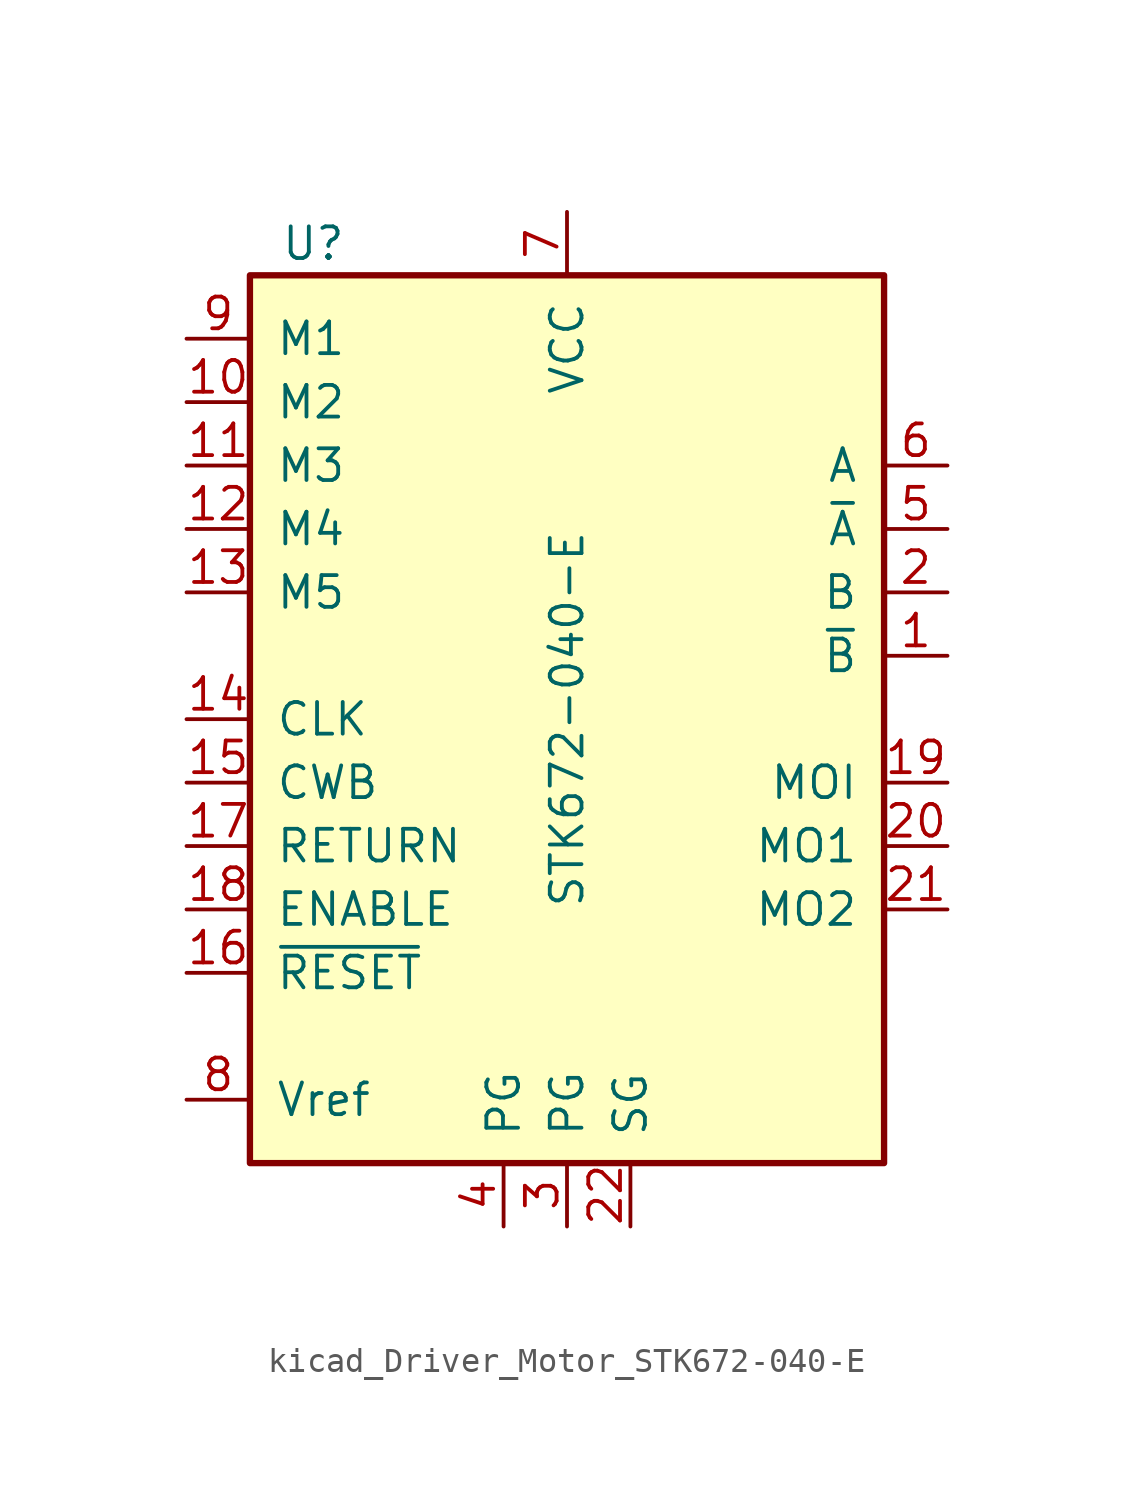
<source format=kicad_sym>
(kicad_symbol_lib
  (version 20220914)
  (generator kicad_symbol_editor)
  (symbol "kicad_Driver_Motor_STK672-040-E"
    (pin_names
      (offset 1.016))
    (property "Reference" "U"
      (at -10.16 19.05 0)
      (effects (font (size 1.27 1.27))))
    (property "Value" "STK672-040-E"
      (at 0 0 90)
      (effects (font (size 1.27 1.27))))
    (symbol "kicad_Driver_Motor_STK672-040-E_0_1"
      (rectangle (start -12.7 17.78) (end 12.7 -17.78) (stroke (width 0.254) (type default)) (fill (type background))))
    (symbol "kicad_Driver_Motor_STK672-040-E_1_1"
      (pin output line (at 15.24 2.54 180) (length 2.54) (name "~{B}" (effects (font (size 1.27 1.27)))) (number "1" (effects (font (size 1.27 1.27)))))
      (pin input line (at -15.24 12.7 0) (length 2.54) (name "M2" (effects (font (size 1.27 1.27)))) (number "10" (effects (font (size 1.27 1.27)))))
      (pin input line (at -15.24 10.16 0) (length 2.54) (name "M3" (effects (font (size 1.27 1.27)))) (number "11" (effects (font (size 1.27 1.27)))))
      (pin input line (at -15.24 7.62 0) (length 2.54) (name "M4" (effects (font (size 1.27 1.27)))) (number "12" (effects (font (size 1.27 1.27)))))
      (pin input line (at -15.24 5.08 0) (length 2.54) (name "M5" (effects (font (size 1.27 1.27)))) (number "13" (effects (font (size 1.27 1.27)))))
      (pin input line (at -15.24 0 0) (length 2.54) (name "CLK" (effects (font (size 1.27 1.27)))) (number "14" (effects (font (size 1.27 1.27)))))
      (pin input line (at -15.24 -2.54 0) (length 2.54) (name "CWB" (effects (font (size 1.27 1.27)))) (number "15" (effects (font (size 1.27 1.27)))))
      (pin input line (at -15.24 -10.16 0) (length 2.54) (name "~{RESET}" (effects (font (size 1.27 1.27)))) (number "16" (effects (font (size 1.27 1.27)))))
      (pin input line (at -15.24 -5.08 0) (length 2.54) (name "RETURN" (effects (font (size 1.27 1.27)))) (number "17" (effects (font (size 1.27 1.27)))))
      (pin input line (at -15.24 -7.62 0) (length 2.54) (name "ENABLE" (effects (font (size 1.27 1.27)))) (number "18" (effects (font (size 1.27 1.27)))))
      (pin output line (at 15.24 -2.54 180) (length 2.54) (name "MOI" (effects (font (size 1.27 1.27)))) (number "19" (effects (font (size 1.27 1.27)))))
      (pin output line (at 15.24 5.08 180) (length 2.54) (name "B" (effects (font (size 1.27 1.27)))) (number "2" (effects (font (size 1.27 1.27)))))
      (pin output line (at 15.24 -5.08 180) (length 2.54) (name "MO1" (effects (font (size 1.27 1.27)))) (number "20" (effects (font (size 1.27 1.27)))))
      (pin output line (at 15.24 -7.62 180) (length 2.54) (name "MO2" (effects (font (size 1.27 1.27)))) (number "21" (effects (font (size 1.27 1.27)))))
      (pin power_in line (at 2.54 -20.32 90) (length 2.54) (name "SG" (effects (font (size 1.27 1.27)))) (number "22" (effects (font (size 1.27 1.27)))))
      (pin power_in line (at 0 -20.32 90) (length 2.54) (name "PG" (effects (font (size 1.27 1.27)))) (number "3" (effects (font (size 1.27 1.27)))))
      (pin power_in line (at -2.54 -20.32 90) (length 2.54) (name "PG" (effects (font (size 1.27 1.27)))) (number "4" (effects (font (size 1.27 1.27)))))
      (pin output line (at 15.24 7.62 180) (length 2.54) (name "~{A}" (effects (font (size 1.27 1.27)))) (number "5" (effects (font (size 1.27 1.27)))))
      (pin output line (at 15.24 10.16 180) (length 2.54) (name "A" (effects (font (size 1.27 1.27)))) (number "6" (effects (font (size 1.27 1.27)))))
      (pin power_in line (at 0 20.32 270) (length 2.54) (name "VCC" (effects (font (size 1.27 1.27)))) (number "7" (effects (font (size 1.27 1.27)))))
      (pin input line (at -15.24 -15.24 0) (length 2.54) (name "Vref" (effects (font (size 1.27 1.27)))) (number "8" (effects (font (size 1.27 1.27)))))
      (pin input line (at -15.24 15.24 0) (length 2.54) (name "M1" (effects (font (size 1.27 1.27)))) (number "9" (effects (font (size 1.27 1.27))))))))
</source>
